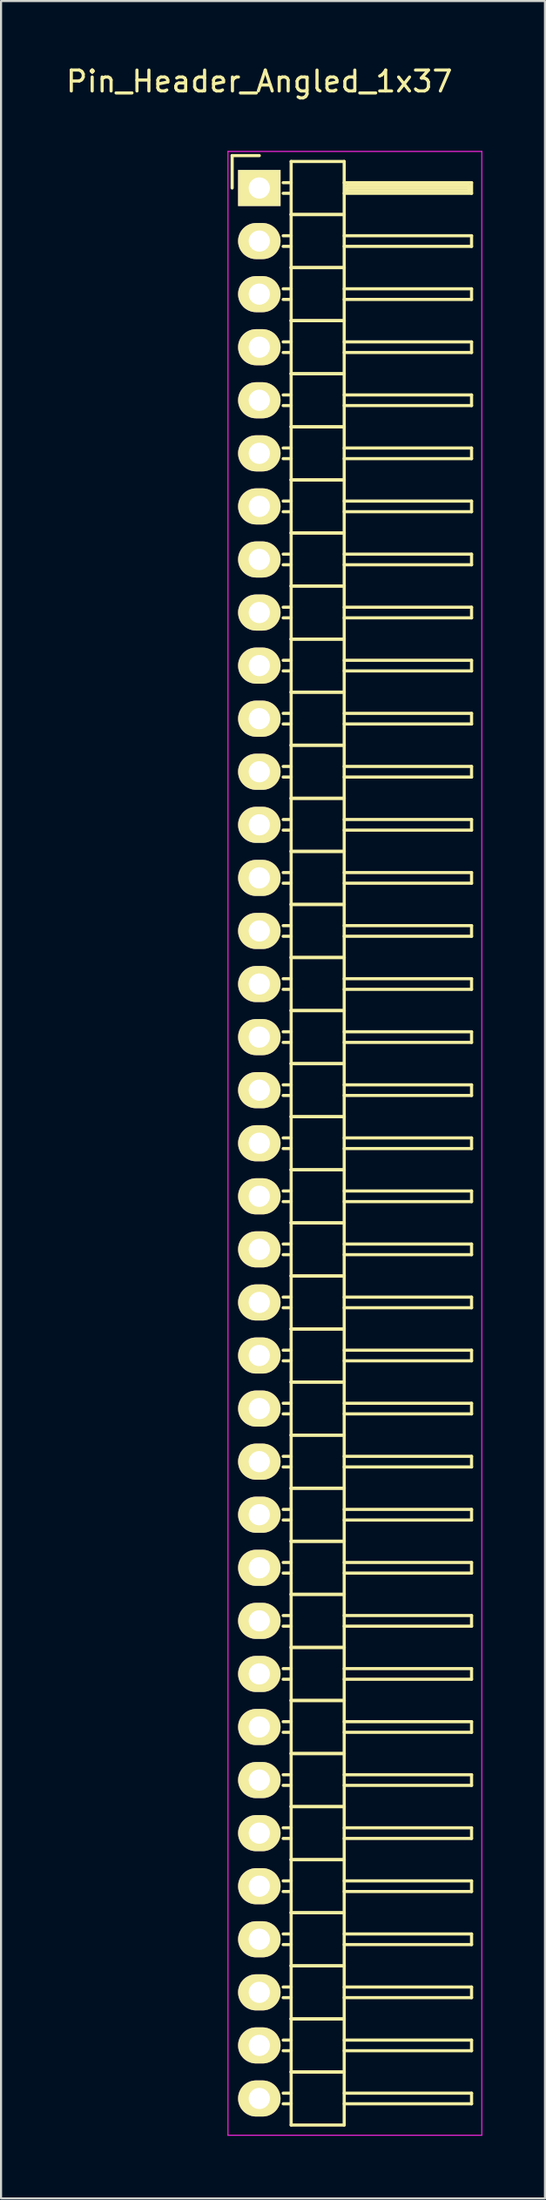
<source format=kicad_pcb>
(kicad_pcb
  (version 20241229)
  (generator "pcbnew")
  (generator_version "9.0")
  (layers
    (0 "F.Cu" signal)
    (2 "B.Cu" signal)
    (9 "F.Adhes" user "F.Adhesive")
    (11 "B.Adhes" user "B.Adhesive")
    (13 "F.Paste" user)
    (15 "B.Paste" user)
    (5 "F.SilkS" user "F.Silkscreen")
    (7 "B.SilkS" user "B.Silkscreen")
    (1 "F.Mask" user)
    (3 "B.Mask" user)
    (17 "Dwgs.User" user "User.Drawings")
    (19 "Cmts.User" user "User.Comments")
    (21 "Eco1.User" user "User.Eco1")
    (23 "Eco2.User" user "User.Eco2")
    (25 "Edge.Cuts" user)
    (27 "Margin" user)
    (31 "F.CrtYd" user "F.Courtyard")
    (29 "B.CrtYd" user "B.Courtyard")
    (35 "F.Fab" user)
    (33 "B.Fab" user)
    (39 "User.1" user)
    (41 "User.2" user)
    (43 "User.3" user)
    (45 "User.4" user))
  (footprint "Pin_Header_Angled_1x37"
    (layer "F.Cu")
    (at 9.363 5.948)
    (property "Reference" "Pin_Header_Angled_1x37" (at 0 -5.1 0) (layer "F.SilkS") (effects (font (size 1 1) (thickness 0.15))))
    (attr through_hole)
    (fp_line (start -1.3 -1.55) (end -1.3 0) (stroke (width 0.15) (type solid)) (layer "F.SilkS"))
    (fp_line (start 0 -1.55) (end -1.3 -1.55) (stroke (width 0.15) (type solid)) (layer "F.SilkS"))
    (fp_line (start 1.524 -1.27) (end 1.524 1.27) (stroke (width 0.15) (type solid)) (layer "F.SilkS"))
    (fp_line (start 1.524 -1.27) (end 4.064 -1.27) (stroke (width 0.15) (type solid)) (layer "F.SilkS"))
    (fp_line (start 1.524 -0.254) (end 1.143 -0.254) (stroke (width 0.15) (type solid)) (layer "F.SilkS"))
    (fp_line (start 1.524 0.254) (end 1.143 0.254) (stroke (width 0.15) (type solid)) (layer "F.SilkS"))
    (fp_line (start 1.524 1.27) (end 1.524 3.81) (stroke (width 0.15) (type solid)) (layer "F.SilkS"))
    (fp_line (start 1.524 1.27) (end 4.064 1.27) (stroke (width 0.15) (type solid)) (layer "F.SilkS"))
    (fp_line (start 1.524 1.27) (end 4.064 1.27) (stroke (width 0.15) (type solid)) (layer "F.SilkS"))
    (fp_line (start 1.524 2.286) (end 1.143 2.286) (stroke (width 0.15) (type solid)) (layer "F.SilkS"))
    (fp_line (start 1.524 2.794) (end 1.143 2.794) (stroke (width 0.15) (type solid)) (layer "F.SilkS"))
    (fp_line (start 1.524 3.81) (end 1.524 6.35) (stroke (width 0.15) (type solid)) (layer "F.SilkS"))
    (fp_line (start 1.524 3.81) (end 4.064 3.81) (stroke (width 0.15) (type solid)) (layer "F.SilkS"))
    (fp_line (start 1.524 3.81) (end 4.064 3.81) (stroke (width 0.15) (type solid)) (layer "F.SilkS"))
    (fp_line (start 1.524 4.826) (end 1.143 4.826) (stroke (width 0.15) (type solid)) (layer "F.SilkS"))
    (fp_line (start 1.524 5.334) (end 1.143 5.334) (stroke (width 0.15) (type solid)) (layer "F.SilkS"))
    (fp_line (start 1.524 6.35) (end 1.524 8.89) (stroke (width 0.15) (type solid)) (layer "F.SilkS"))
    (fp_line (start 1.524 6.35) (end 4.064 6.35) (stroke (width 0.15) (type solid)) (layer "F.SilkS"))
    (fp_line (start 1.524 6.35) (end 4.064 6.35) (stroke (width 0.15) (type solid)) (layer "F.SilkS"))
    (fp_line (start 1.524 7.366) (end 1.143 7.366) (stroke (width 0.15) (type solid)) (layer "F.SilkS"))
    (fp_line (start 1.524 7.874) (end 1.143 7.874) (stroke (width 0.15) (type solid)) (layer "F.SilkS"))
    (fp_line (start 1.524 8.89) (end 1.524 11.43) (stroke (width 0.15) (type solid)) (layer "F.SilkS"))
    (fp_line (start 1.524 8.89) (end 4.064 8.89) (stroke (width 0.15) (type solid)) (layer "F.SilkS"))
    (fp_line (start 1.524 8.89) (end 4.064 8.89) (stroke (width 0.15) (type solid)) (layer "F.SilkS"))
    (fp_line (start 1.524 9.906) (end 1.143 9.906) (stroke (width 0.15) (type solid)) (layer "F.SilkS"))
    (fp_line (start 1.524 10.414) (end 1.143 10.414) (stroke (width 0.15) (type solid)) (layer "F.SilkS"))
    (fp_line (start 1.524 11.43) (end 1.524 13.97) (stroke (width 0.15) (type solid)) (layer "F.SilkS"))
    (fp_line (start 1.524 11.43) (end 4.064 11.43) (stroke (width 0.15) (type solid)) (layer "F.SilkS"))
    (fp_line (start 1.524 11.43) (end 4.064 11.43) (stroke (width 0.15) (type solid)) (layer "F.SilkS"))
    (fp_line (start 1.524 12.446) (end 1.143 12.446) (stroke (width 0.15) (type solid)) (layer "F.SilkS"))
    (fp_line (start 1.524 12.954) (end 1.143 12.954) (stroke (width 0.15) (type solid)) (layer "F.SilkS"))
    (fp_line (start 1.524 13.97) (end 1.524 16.51) (stroke (width 0.15) (type solid)) (layer "F.SilkS"))
    (fp_line (start 1.524 13.97) (end 4.064 13.97) (stroke (width 0.15) (type solid)) (layer "F.SilkS"))
    (fp_line (start 1.524 13.97) (end 4.064 13.97) (stroke (width 0.15) (type solid)) (layer "F.SilkS"))
    (fp_line (start 1.524 14.986) (end 1.143 14.986) (stroke (width 0.15) (type solid)) (layer "F.SilkS"))
    (fp_line (start 1.524 15.494) (end 1.143 15.494) (stroke (width 0.15) (type solid)) (layer "F.SilkS"))
    (fp_line (start 1.524 16.51) (end 1.524 19.05) (stroke (width 0.15) (type solid)) (layer "F.SilkS"))
    (fp_line (start 1.524 16.51) (end 4.064 16.51) (stroke (width 0.15) (type solid)) (layer "F.SilkS"))
    (fp_line (start 1.524 16.51) (end 4.064 16.51) (stroke (width 0.15) (type solid)) (layer "F.SilkS"))
    (fp_line (start 1.524 17.526) (end 1.143 17.526) (stroke (width 0.15) (type solid)) (layer "F.SilkS"))
    (fp_line (start 1.524 18.034) (end 1.143 18.034) (stroke (width 0.15) (type solid)) (layer "F.SilkS"))
    (fp_line (start 1.524 19.05) (end 1.524 21.59) (stroke (width 0.15) (type solid)) (layer "F.SilkS"))
    (fp_line (start 1.524 19.05) (end 4.064 19.05) (stroke (width 0.15) (type solid)) (layer "F.SilkS"))
    (fp_line (start 1.524 19.05) (end 4.064 19.05) (stroke (width 0.15) (type solid)) (layer "F.SilkS"))
    (fp_line (start 1.524 20.066) (end 1.143 20.066) (stroke (width 0.15) (type solid)) (layer "F.SilkS"))
    (fp_line (start 1.524 20.574) (end 1.143 20.574) (stroke (width 0.15) (type solid)) (layer "F.SilkS"))
    (fp_line (start 1.524 21.59) (end 1.524 24.13) (stroke (width 0.15) (type solid)) (layer "F.SilkS"))
    (fp_line (start 1.524 21.59) (end 4.064 21.59) (stroke (width 0.15) (type solid)) (layer "F.SilkS"))
    (fp_line (start 1.524 21.59) (end 4.064 21.59) (stroke (width 0.15) (type solid)) (layer "F.SilkS"))
    (fp_line (start 1.524 22.606) (end 1.143 22.606) (stroke (width 0.15) (type solid)) (layer "F.SilkS"))
    (fp_line (start 1.524 23.114) (end 1.143 23.114) (stroke (width 0.15) (type solid)) (layer "F.SilkS"))
    (fp_line (start 1.524 24.13) (end 1.524 26.67) (stroke (width 0.15) (type solid)) (layer "F.SilkS"))
    (fp_line (start 1.524 24.13) (end 4.064 24.13) (stroke (width 0.15) (type solid)) (layer "F.SilkS"))
    (fp_line (start 1.524 24.13) (end 4.064 24.13) (stroke (width 0.15) (type solid)) (layer "F.SilkS"))
    (fp_line (start 1.524 25.146) (end 1.143 25.146) (stroke (width 0.15) (type solid)) (layer "F.SilkS"))
    (fp_line (start 1.524 25.654) (end 1.143 25.654) (stroke (width 0.15) (type solid)) (layer "F.SilkS"))
    (fp_line (start 1.524 26.67) (end 1.524 29.21) (stroke (width 0.15) (type solid)) (layer "F.SilkS"))
    (fp_line (start 1.524 26.67) (end 4.064 26.67) (stroke (width 0.15) (type solid)) (layer "F.SilkS"))
    (fp_line (start 1.524 26.67) (end 4.064 26.67) (stroke (width 0.15) (type solid)) (layer "F.SilkS"))
    (fp_line (start 1.524 27.686) (end 1.143 27.686) (stroke (width 0.15) (type solid)) (layer "F.SilkS"))
    (fp_line (start 1.524 28.194) (end 1.143 28.194) (stroke (width 0.15) (type solid)) (layer "F.SilkS"))
    (fp_line (start 1.524 29.21) (end 1.524 31.75) (stroke (width 0.15) (type solid)) (layer "F.SilkS"))
    (fp_line (start 1.524 29.21) (end 4.064 29.21) (stroke (width 0.15) (type solid)) (layer "F.SilkS"))
    (fp_line (start 1.524 29.21) (end 4.064 29.21) (stroke (width 0.15) (type solid)) (layer "F.SilkS"))
    (fp_line (start 1.524 30.226) (end 1.143 30.226) (stroke (width 0.15) (type solid)) (layer "F.SilkS"))
    (fp_line (start 1.524 30.734) (end 1.143 30.734) (stroke (width 0.15) (type solid)) (layer "F.SilkS"))
    (fp_line (start 1.524 31.75) (end 1.524 34.29) (stroke (width 0.15) (type solid)) (layer "F.SilkS"))
    (fp_line (start 1.524 31.75) (end 4.064 31.75) (stroke (width 0.15) (type solid)) (layer "F.SilkS"))
    (fp_line (start 1.524 31.75) (end 4.064 31.75) (stroke (width 0.15) (type solid)) (layer "F.SilkS"))
    (fp_line (start 1.524 32.766) (end 1.143 32.766) (stroke (width 0.15) (type solid)) (layer "F.SilkS"))
    (fp_line (start 1.524 33.274) (end 1.143 33.274) (stroke (width 0.15) (type solid)) (layer "F.SilkS"))
    (fp_line (start 1.524 34.29) (end 1.524 36.83) (stroke (width 0.15) (type solid)) (layer "F.SilkS"))
    (fp_line (start 1.524 34.29) (end 4.064 34.29) (stroke (width 0.15) (type solid)) (layer "F.SilkS"))
    (fp_line (start 1.524 34.29) (end 4.064 34.29) (stroke (width 0.15) (type solid)) (layer "F.SilkS"))
    (fp_line (start 1.524 35.306) (end 1.143 35.306) (stroke (width 0.15) (type solid)) (layer "F.SilkS"))
    (fp_line (start 1.524 35.814) (end 1.143 35.814) (stroke (width 0.15) (type solid)) (layer "F.SilkS"))
    (fp_line (start 1.524 36.83) (end 1.524 39.37) (stroke (width 0.15) (type solid)) (layer "F.SilkS"))
    (fp_line (start 1.524 36.83) (end 4.064 36.83) (stroke (width 0.15) (type solid)) (layer "F.SilkS"))
    (fp_line (start 1.524 36.83) (end 4.064 36.83) (stroke (width 0.15) (type solid)) (layer "F.SilkS"))
    (fp_line (start 1.524 37.846) (end 1.143 37.846) (stroke (width 0.15) (type solid)) (layer "F.SilkS"))
    (fp_line (start 1.524 38.354) (end 1.143 38.354) (stroke (width 0.15) (type solid)) (layer "F.SilkS"))
    (fp_line (start 1.524 39.37) (end 1.524 41.91) (stroke (width 0.15) (type solid)) (layer "F.SilkS"))
    (fp_line (start 1.524 39.37) (end 4.064 39.37) (stroke (width 0.15) (type solid)) (layer "F.SilkS"))
    (fp_line (start 1.524 39.37) (end 4.064 39.37) (stroke (width 0.15) (type solid)) (layer "F.SilkS"))
    (fp_line (start 1.524 40.386) (end 1.143 40.386) (stroke (width 0.15) (type solid)) (layer "F.SilkS"))
    (fp_line (start 1.524 40.894) (end 1.143 40.894) (stroke (width 0.15) (type solid)) (layer "F.SilkS"))
    (fp_line (start 1.524 41.91) (end 1.524 44.45) (stroke (width 0.15) (type solid)) (layer "F.SilkS"))
    (fp_line (start 1.524 41.91) (end 4.064 41.91) (stroke (width 0.15) (type solid)) (layer "F.SilkS"))
    (fp_line (start 1.524 41.91) (end 4.064 41.91) (stroke (width 0.15) (type solid)) (layer "F.SilkS"))
    (fp_line (start 1.524 42.926) (end 1.143 42.926) (stroke (width 0.15) (type solid)) (layer "F.SilkS"))
    (fp_line (start 1.524 43.434) (end 1.143 43.434) (stroke (width 0.15) (type solid)) (layer "F.SilkS"))
    (fp_line (start 1.524 44.45) (end 1.524 46.99) (stroke (width 0.15) (type solid)) (layer "F.SilkS"))
    (fp_line (start 1.524 44.45) (end 4.064 44.45) (stroke (width 0.15) (type solid)) (layer "F.SilkS"))
    (fp_line (start 1.524 44.45) (end 4.064 44.45) (stroke (width 0.15) (type solid)) (layer "F.SilkS"))
    (fp_line (start 1.524 45.466) (end 1.143 45.466) (stroke (width 0.15) (type solid)) (layer "F.SilkS"))
    (fp_line (start 1.524 45.974) (end 1.143 45.974) (stroke (width 0.15) (type solid)) (layer "F.SilkS"))
    (fp_line (start 1.524 46.99) (end 1.524 49.53) (stroke (width 0.15) (type solid)) (layer "F.SilkS"))
    (fp_line (start 1.524 46.99) (end 4.064 46.99) (stroke (width 0.15) (type solid)) (layer "F.SilkS"))
    (fp_line (start 1.524 46.99) (end 4.064 46.99) (stroke (width 0.15) (type solid)) (layer "F.SilkS"))
    (fp_line (start 1.524 48.006) (end 1.143 48.006) (stroke (width 0.15) (type solid)) (layer "F.SilkS"))
    (fp_line (start 1.524 48.514) (end 1.143 48.514) (stroke (width 0.15) (type solid)) (layer "F.SilkS"))
    (fp_line (start 1.524 49.53) (end 1.524 52.07) (stroke (width 0.15) (type solid)) (layer "F.SilkS"))
    (fp_line (start 1.524 49.53) (end 4.064 49.53) (stroke (width 0.15) (type solid)) (layer "F.SilkS"))
    (fp_line (start 1.524 49.53) (end 4.064 49.53) (stroke (width 0.15) (type solid)) (layer "F.SilkS"))
    (fp_line (start 1.524 50.546) (end 1.143 50.546) (stroke (width 0.15) (type solid)) (layer "F.SilkS"))
    (fp_line (start 1.524 51.054) (end 1.143 51.054) (stroke (width 0.15) (type solid)) (layer "F.SilkS"))
    (fp_line (start 1.524 52.07) (end 1.524 54.61) (stroke (width 0.15) (type solid)) (layer "F.SilkS"))
    (fp_line (start 1.524 52.07) (end 4.064 52.07) (stroke (width 0.15) (type solid)) (layer "F.SilkS"))
    (fp_line (start 1.524 52.07) (end 4.064 52.07) (stroke (width 0.15) (type solid)) (layer "F.SilkS"))
    (fp_line (start 1.524 53.086) (end 1.143 53.086) (stroke (width 0.15) (type solid)) (layer "F.SilkS"))
    (fp_line (start 1.524 53.594) (end 1.143 53.594) (stroke (width 0.15) (type solid)) (layer "F.SilkS"))
    (fp_line (start 1.524 54.61) (end 1.524 57.15) (stroke (width 0.15) (type solid)) (layer "F.SilkS"))
    (fp_line (start 1.524 54.61) (end 4.064 54.61) (stroke (width 0.15) (type solid)) (layer "F.SilkS"))
    (fp_line (start 1.524 54.61) (end 4.064 54.61) (stroke (width 0.15) (type solid)) (layer "F.SilkS"))
    (fp_line (start 1.524 55.626) (end 1.143 55.626) (stroke (width 0.15) (type solid)) (layer "F.SilkS"))
    (fp_line (start 1.524 56.134) (end 1.143 56.134) (stroke (width 0.15) (type solid)) (layer "F.SilkS"))
    (fp_line (start 1.524 57.15) (end 1.524 59.69) (stroke (width 0.15) (type solid)) (layer "F.SilkS"))
    (fp_line (start 1.524 57.15) (end 4.064 57.15) (stroke (width 0.15) (type solid)) (layer "F.SilkS"))
    (fp_line (start 1.524 57.15) (end 4.064 57.15) (stroke (width 0.15) (type solid)) (layer "F.SilkS"))
    (fp_line (start 1.524 58.166) (end 1.143 58.166) (stroke (width 0.15) (type solid)) (layer "F.SilkS"))
    (fp_line (start 1.524 58.674) (end 1.143 58.674) (stroke (width 0.15) (type solid)) (layer "F.SilkS"))
    (fp_line (start 1.524 59.69) (end 1.524 62.23) (stroke (width 0.15) (type solid)) (layer "F.SilkS"))
    (fp_line (start 1.524 59.69) (end 4.064 59.69) (stroke (width 0.15) (type solid)) (layer "F.SilkS"))
    (fp_line (start 1.524 59.69) (end 4.064 59.69) (stroke (width 0.15) (type solid)) (layer "F.SilkS"))
    (fp_line (start 1.524 60.706) (end 1.143 60.706) (stroke (width 0.15) (type solid)) (layer "F.SilkS"))
    (fp_line (start 1.524 61.214) (end 1.143 61.214) (stroke (width 0.15) (type solid)) (layer "F.SilkS"))
    (fp_line (start 1.524 62.23) (end 1.524 64.77) (stroke (width 0.15) (type solid)) (layer "F.SilkS"))
    (fp_line (start 1.524 62.23) (end 4.064 62.23) (stroke (width 0.15) (type solid)) (layer "F.SilkS"))
    (fp_line (start 1.524 62.23) (end 4.064 62.23) (stroke (width 0.15) (type solid)) (layer "F.SilkS"))
    (fp_line (start 1.524 63.246) (end 1.143 63.246) (stroke (width 0.15) (type solid)) (layer "F.SilkS"))
    (fp_line (start 1.524 63.754) (end 1.143 63.754) (stroke (width 0.15) (type solid)) (layer "F.SilkS"))
    (fp_line (start 1.524 64.77) (end 1.524 67.31) (stroke (width 0.15) (type solid)) (layer "F.SilkS"))
    (fp_line (start 1.524 64.77) (end 4.064 64.77) (stroke (width 0.15) (type solid)) (layer "F.SilkS"))
    (fp_line (start 1.524 64.77) (end 4.064 64.77) (stroke (width 0.15) (type solid)) (layer "F.SilkS"))
    (fp_line (start 1.524 65.786) (end 1.143 65.786) (stroke (width 0.15) (type solid)) (layer "F.SilkS"))
    (fp_line (start 1.524 66.294) (end 1.143 66.294) (stroke (width 0.15) (type solid)) (layer "F.SilkS"))
    (fp_line (start 1.524 67.31) (end 1.524 69.85) (stroke (width 0.15) (type solid)) (layer "F.SilkS"))
    (fp_line (start 1.524 67.31) (end 4.064 67.31) (stroke (width 0.15) (type solid)) (layer "F.SilkS"))
    (fp_line (start 1.524 67.31) (end 4.064 67.31) (stroke (width 0.15) (type solid)) (layer "F.SilkS"))
    (fp_line (start 1.524 68.326) (end 1.143 68.326) (stroke (width 0.15) (type solid)) (layer "F.SilkS"))
    (fp_line (start 1.524 68.834) (end 1.143 68.834) (stroke (width 0.15) (type solid)) (layer "F.SilkS"))
    (fp_line (start 1.524 69.85) (end 1.524 72.39) (stroke (width 0.15) (type solid)) (layer "F.SilkS"))
    (fp_line (start 1.524 69.85) (end 4.064 69.85) (stroke (width 0.15) (type solid)) (layer "F.SilkS"))
    (fp_line (start 1.524 69.85) (end 4.064 69.85) (stroke (width 0.15) (type solid)) (layer "F.SilkS"))
    (fp_line (start 1.524 70.866) (end 1.143 70.866) (stroke (width 0.15) (type solid)) (layer "F.SilkS"))
    (fp_line (start 1.524 71.374) (end 1.143 71.374) (stroke (width 0.15) (type solid)) (layer "F.SilkS"))
    (fp_line (start 1.524 72.39) (end 1.524 74.93) (stroke (width 0.15) (type solid)) (layer "F.SilkS"))
    (fp_line (start 1.524 72.39) (end 4.064 72.39) (stroke (width 0.15) (type solid)) (layer "F.SilkS"))
    (fp_line (start 1.524 72.39) (end 4.064 72.39) (stroke (width 0.15) (type solid)) (layer "F.SilkS"))
    (fp_line (start 1.524 73.406) (end 1.143 73.406) (stroke (width 0.15) (type solid)) (layer "F.SilkS"))
    (fp_line (start 1.524 73.914) (end 1.143 73.914) (stroke (width 0.15) (type solid)) (layer "F.SilkS"))
    (fp_line (start 1.524 74.93) (end 1.524 77.47) (stroke (width 0.15) (type solid)) (layer "F.SilkS"))
    (fp_line (start 1.524 74.93) (end 4.064 74.93) (stroke (width 0.15) (type solid)) (layer "F.SilkS"))
    (fp_line (start 1.524 74.93) (end 4.064 74.93) (stroke (width 0.15) (type solid)) (layer "F.SilkS"))
    (fp_line (start 1.524 75.946) (end 1.143 75.946) (stroke (width 0.15) (type solid)) (layer "F.SilkS"))
    (fp_line (start 1.524 76.454) (end 1.143 76.454) (stroke (width 0.15) (type solid)) (layer "F.SilkS"))
    (fp_line (start 1.524 77.47) (end 1.524 80.01) (stroke (width 0.15) (type solid)) (layer "F.SilkS"))
    (fp_line (start 1.524 77.47) (end 4.064 77.47) (stroke (width 0.15) (type solid)) (layer "F.SilkS"))
    (fp_line (start 1.524 77.47) (end 4.064 77.47) (stroke (width 0.15) (type solid)) (layer "F.SilkS"))
    (fp_line (start 1.524 78.486) (end 1.143 78.486) (stroke (width 0.15) (type solid)) (layer "F.SilkS"))
    (fp_line (start 1.524 78.994) (end 1.143 78.994) (stroke (width 0.15) (type solid)) (layer "F.SilkS"))
    (fp_line (start 1.524 80.01) (end 1.524 82.55) (stroke (width 0.15) (type solid)) (layer "F.SilkS"))
    (fp_line (start 1.524 80.01) (end 4.064 80.01) (stroke (width 0.15) (type solid)) (layer "F.SilkS"))
    (fp_line (start 1.524 80.01) (end 4.064 80.01) (stroke (width 0.15) (type solid)) (layer "F.SilkS"))
    (fp_line (start 1.524 81.026) (end 1.143 81.026) (stroke (width 0.15) (type solid)) (layer "F.SilkS"))
    (fp_line (start 1.524 81.534) (end 1.143 81.534) (stroke (width 0.15) (type solid)) (layer "F.SilkS"))
    (fp_line (start 1.524 82.55) (end 1.524 85.09) (stroke (width 0.15) (type solid)) (layer "F.SilkS"))
    (fp_line (start 1.524 82.55) (end 4.064 82.55) (stroke (width 0.15) (type solid)) (layer "F.SilkS"))
    (fp_line (start 1.524 82.55) (end 4.064 82.55) (stroke (width 0.15) (type solid)) (layer "F.SilkS"))
    (fp_line (start 1.524 83.566) (end 1.143 83.566) (stroke (width 0.15) (type solid)) (layer "F.SilkS"))
    (fp_line (start 1.524 84.074) (end 1.143 84.074) (stroke (width 0.15) (type solid)) (layer "F.SilkS"))
    (fp_line (start 1.524 85.09) (end 1.524 87.63) (stroke (width 0.15) (type solid)) (layer "F.SilkS"))
    (fp_line (start 1.524 85.09) (end 4.064 85.09) (stroke (width 0.15) (type solid)) (layer "F.SilkS"))
    (fp_line (start 1.524 85.09) (end 4.064 85.09) (stroke (width 0.15) (type solid)) (layer "F.SilkS"))
    (fp_line (start 1.524 86.106) (end 1.143 86.106) (stroke (width 0.15) (type solid)) (layer "F.SilkS"))
    (fp_line (start 1.524 86.614) (end 1.143 86.614) (stroke (width 0.15) (type solid)) (layer "F.SilkS"))
    (fp_line (start 1.524 87.63) (end 1.524 90.17) (stroke (width 0.15) (type solid)) (layer "F.SilkS"))
    (fp_line (start 1.524 87.63) (end 4.064 87.63) (stroke (width 0.15) (type solid)) (layer "F.SilkS"))
    (fp_line (start 1.524 87.63) (end 4.064 87.63) (stroke (width 0.15) (type solid)) (layer "F.SilkS"))
    (fp_line (start 1.524 88.646) (end 1.143 88.646) (stroke (width 0.15) (type solid)) (layer "F.SilkS"))
    (fp_line (start 1.524 89.154) (end 1.143 89.154) (stroke (width 0.15) (type solid)) (layer "F.SilkS"))
    (fp_line (start 1.524 90.17) (end 1.524 92.71) (stroke (width 0.15) (type solid)) (layer "F.SilkS"))
    (fp_line (start 1.524 90.17) (end 4.064 90.17) (stroke (width 0.15) (type solid)) (layer "F.SilkS"))
    (fp_line (start 1.524 90.17) (end 4.064 90.17) (stroke (width 0.15) (type solid)) (layer "F.SilkS"))
    (fp_line (start 1.524 91.186) (end 1.143 91.186) (stroke (width 0.15) (type solid)) (layer "F.SilkS"))
    (fp_line (start 1.524 91.694) (end 1.143 91.694) (stroke (width 0.15) (type solid)) (layer "F.SilkS"))
    (fp_line (start 1.524 92.71) (end 4.064 92.71) (stroke (width 0.15) (type solid)) (layer "F.SilkS"))
    (fp_line (start 4.064 -0.254) (end 10.16 -0.254) (stroke (width 0.15) (type solid)) (layer "F.SilkS"))
    (fp_line (start 4.064 1.27) (end 4.064 -1.27) (stroke (width 0.15) (type solid)) (layer "F.SilkS"))
    (fp_line (start 4.064 2.286) (end 10.16 2.286) (stroke (width 0.15) (type solid)) (layer "F.SilkS"))
    (fp_line (start 4.064 3.81) (end 4.064 1.27) (stroke (width 0.15) (type solid)) (layer "F.SilkS"))
    (fp_line (start 4.064 4.826) (end 10.16 4.826) (stroke (width 0.15) (type solid)) (layer "F.SilkS"))
    (fp_line (start 4.064 6.35) (end 4.064 3.81) (stroke (width 0.15) (type solid)) (layer "F.SilkS"))
    (fp_line (start 4.064 7.366) (end 10.16 7.366) (stroke (width 0.15) (type solid)) (layer "F.SilkS"))
    (fp_line (start 4.064 8.89) (end 4.064 6.35) (stroke (width 0.15) (type solid)) (layer "F.SilkS"))
    (fp_line (start 4.064 9.906) (end 10.16 9.906) (stroke (width 0.15) (type solid)) (layer "F.SilkS"))
    (fp_line (start 4.064 11.43) (end 4.064 8.89) (stroke (width 0.15) (type solid)) (layer "F.SilkS"))
    (fp_line (start 4.064 12.446) (end 10.16 12.446) (stroke (width 0.15) (type solid)) (layer "F.SilkS"))
    (fp_line (start 4.064 13.97) (end 4.064 11.43) (stroke (width 0.15) (type solid)) (layer "F.SilkS"))
    (fp_line (start 4.064 14.986) (end 10.16 14.986) (stroke (width 0.15) (type solid)) (layer "F.SilkS"))
    (fp_line (start 4.064 16.51) (end 4.064 13.97) (stroke (width 0.15) (type solid)) (layer "F.SilkS"))
    (fp_line (start 4.064 17.526) (end 10.16 17.526) (stroke (width 0.15) (type solid)) (layer "F.SilkS"))
    (fp_line (start 4.064 19.05) (end 4.064 16.51) (stroke (width 0.15) (type solid)) (layer "F.SilkS"))
    (fp_line (start 4.064 20.066) (end 10.16 20.066) (stroke (width 0.15) (type solid)) (layer "F.SilkS"))
    (fp_line (start 4.064 21.59) (end 4.064 19.05) (stroke (width 0.15) (type solid)) (layer "F.SilkS"))
    (fp_line (start 4.064 22.606) (end 10.16 22.606) (stroke (width 0.15) (type solid)) (layer "F.SilkS"))
    (fp_line (start 4.064 24.13) (end 4.064 21.59) (stroke (width 0.15) (type solid)) (layer "F.SilkS"))
    (fp_line (start 4.064 25.146) (end 10.16 25.146) (stroke (width 0.15) (type solid)) (layer "F.SilkS"))
    (fp_line (start 4.064 26.67) (end 4.064 24.13) (stroke (width 0.15) (type solid)) (layer "F.SilkS"))
    (fp_line (start 4.064 27.686) (end 10.16 27.686) (stroke (width 0.15) (type solid)) (layer "F.SilkS"))
    (fp_line (start 4.064 29.21) (end 4.064 26.67) (stroke (width 0.15) (type solid)) (layer "F.SilkS"))
    (fp_line (start 4.064 30.226) (end 10.16 30.226) (stroke (width 0.15) (type solid)) (layer "F.SilkS"))
    (fp_line (start 4.064 31.75) (end 4.064 29.21) (stroke (width 0.15) (type solid)) (layer "F.SilkS"))
    (fp_line (start 4.064 32.766) (end 10.16 32.766) (stroke (width 0.15) (type solid)) (layer "F.SilkS"))
    (fp_line (start 4.064 34.29) (end 4.064 31.75) (stroke (width 0.15) (type solid)) (layer "F.SilkS"))
    (fp_line (start 4.064 35.306) (end 10.16 35.306) (stroke (width 0.15) (type solid)) (layer "F.SilkS"))
    (fp_line (start 4.064 36.83) (end 4.064 34.29) (stroke (width 0.15) (type solid)) (layer "F.SilkS"))
    (fp_line (start 4.064 37.846) (end 10.16 37.846) (stroke (width 0.15) (type solid)) (layer "F.SilkS"))
    (fp_line (start 4.064 39.37) (end 4.064 36.83) (stroke (width 0.15) (type solid)) (layer "F.SilkS"))
    (fp_line (start 4.064 40.386) (end 10.16 40.386) (stroke (width 0.15) (type solid)) (layer "F.SilkS"))
    (fp_line (start 4.064 41.91) (end 4.064 39.37) (stroke (width 0.15) (type solid)) (layer "F.SilkS"))
    (fp_line (start 4.064 42.926) (end 10.16 42.926) (stroke (width 0.15) (type solid)) (layer "F.SilkS"))
    (fp_line (start 4.064 44.45) (end 4.064 41.91) (stroke (width 0.15) (type solid)) (layer "F.SilkS"))
    (fp_line (start 4.064 45.466) (end 10.16 45.466) (stroke (width 0.15) (type solid)) (layer "F.SilkS"))
    (fp_line (start 4.064 46.99) (end 4.064 44.45) (stroke (width 0.15) (type solid)) (layer "F.SilkS"))
    (fp_line (start 4.064 48.006) (end 10.16 48.006) (stroke (width 0.15) (type solid)) (layer "F.SilkS"))
    (fp_line (start 4.064 49.53) (end 4.064 46.99) (stroke (width 0.15) (type solid)) (layer "F.SilkS"))
    (fp_line (start 4.064 50.546) (end 10.16 50.546) (stroke (width 0.15) (type solid)) (layer "F.SilkS"))
    (fp_line (start 4.064 52.07) (end 4.064 49.53) (stroke (width 0.15) (type solid)) (layer "F.SilkS"))
    (fp_line (start 4.064 53.086) (end 10.16 53.086) (stroke (width 0.15) (type solid)) (layer "F.SilkS"))
    (fp_line (start 4.064 54.61) (end 4.064 52.07) (stroke (width 0.15) (type solid)) (layer "F.SilkS"))
    (fp_line (start 4.064 55.626) (end 10.16 55.626) (stroke (width 0.15) (type solid)) (layer "F.SilkS"))
    (fp_line (start 4.064 57.15) (end 4.064 54.61) (stroke (width 0.15) (type solid)) (layer "F.SilkS"))
    (fp_line (start 4.064 58.166) (end 10.16 58.166) (stroke (width 0.15) (type solid)) (layer "F.SilkS"))
    (fp_line (start 4.064 59.69) (end 4.064 57.15) (stroke (width 0.15) (type solid)) (layer "F.SilkS"))
    (fp_line (start 4.064 60.706) (end 10.16 60.706) (stroke (width 0.15) (type solid)) (layer "F.SilkS"))
    (fp_line (start 4.064 62.23) (end 4.064 59.69) (stroke (width 0.15) (type solid)) (layer "F.SilkS"))
    (fp_line (start 4.064 63.246) (end 10.16 63.246) (stroke (width 0.15) (type solid)) (layer "F.SilkS"))
    (fp_line (start 4.064 64.77) (end 4.064 62.23) (stroke (width 0.15) (type solid)) (layer "F.SilkS"))
    (fp_line (start 4.064 65.786) (end 10.16 65.786) (stroke (width 0.15) (type solid)) (layer "F.SilkS"))
    (fp_line (start 4.064 67.31) (end 4.064 64.77) (stroke (width 0.15) (type solid)) (layer "F.SilkS"))
    (fp_line (start 4.064 68.326) (end 10.16 68.326) (stroke (width 0.15) (type solid)) (layer "F.SilkS"))
    (fp_line (start 4.064 69.85) (end 4.064 67.31) (stroke (width 0.15) (type solid)) (layer "F.SilkS"))
    (fp_line (start 4.064 70.866) (end 10.16 70.866) (stroke (width 0.15) (type solid)) (layer "F.SilkS"))
    (fp_line (start 4.064 72.39) (end 4.064 69.85) (stroke (width 0.15) (type solid)) (layer "F.SilkS"))
    (fp_line (start 4.064 73.406) (end 10.16 73.406) (stroke (width 0.15) (type solid)) (layer "F.SilkS"))
    (fp_line (start 4.064 74.93) (end 4.064 72.39) (stroke (width 0.15) (type solid)) (layer "F.SilkS"))
    (fp_line (start 4.064 75.946) (end 10.16 75.946) (stroke (width 0.15) (type solid)) (layer "F.SilkS"))
    (fp_line (start 4.064 77.47) (end 4.064 74.93) (stroke (width 0.15) (type solid)) (layer "F.SilkS"))
    (fp_line (start 4.064 78.486) (end 10.16 78.486) (stroke (width 0.15) (type solid)) (layer "F.SilkS"))
    (fp_line (start 4.064 80.01) (end 4.064 77.47) (stroke (width 0.15) (type solid)) (layer "F.SilkS"))
    (fp_line (start 4.064 81.026) (end 10.16 81.026) (stroke (width 0.15) (type solid)) (layer "F.SilkS"))
    (fp_line (start 4.064 82.55) (end 4.064 80.01) (stroke (width 0.15) (type solid)) (layer "F.SilkS"))
    (fp_line (start 4.064 83.566) (end 10.16 83.566) (stroke (width 0.15) (type solid)) (layer "F.SilkS"))
    (fp_line (start 4.064 85.09) (end 4.064 82.55) (stroke (width 0.15) (type solid)) (layer "F.SilkS"))
    (fp_line (start 4.064 86.106) (end 10.16 86.106) (stroke (width 0.15) (type solid)) (layer "F.SilkS"))
    (fp_line (start 4.064 87.63) (end 4.064 85.09) (stroke (width 0.15) (type solid)) (layer "F.SilkS"))
    (fp_line (start 4.064 88.646) (end 10.16 88.646) (stroke (width 0.15) (type solid)) (layer "F.SilkS"))
    (fp_line (start 4.064 90.17) (end 4.064 87.63) (stroke (width 0.15) (type solid)) (layer "F.SilkS"))
    (fp_line (start 4.064 91.186) (end 10.16 91.186) (stroke (width 0.15) (type solid)) (layer "F.SilkS"))
    (fp_line (start 4.064 92.71) (end 4.064 90.17) (stroke (width 0.15) (type solid)) (layer "F.SilkS"))
    (fp_line (start 4.191 -0.127) (end 10.033 -0.127) (stroke (width 0.15) (type solid)) (layer "F.SilkS"))
    (fp_line (start 4.191 0) (end 10.033 0) (stroke (width 0.15) (type solid)) (layer "F.SilkS"))
    (fp_line (start 4.191 0.127) (end 4.191 0) (stroke (width 0.15) (type solid)) (layer "F.SilkS"))
    (fp_line (start 10.033 -0.127) (end 10.033 0.127) (stroke (width 0.15) (type solid)) (layer "F.SilkS"))
    (fp_line (start 10.033 0.127) (end 4.191 0.127) (stroke (width 0.15) (type solid)) (layer "F.SilkS"))
    (fp_line (start 10.16 -0.254) (end 10.16 0.254) (stroke (width 0.15) (type solid)) (layer "F.SilkS"))
    (fp_line (start 10.16 0.254) (end 4.064 0.254) (stroke (width 0.15) (type solid)) (layer "F.SilkS"))
    (fp_line (start 10.16 2.286) (end 10.16 2.794) (stroke (width 0.15) (type solid)) (layer "F.SilkS"))
    (fp_line (start 10.16 2.794) (end 4.064 2.794) (stroke (width 0.15) (type solid)) (layer "F.SilkS"))
    (fp_line (start 10.16 4.826) (end 10.16 5.334) (stroke (width 0.15) (type solid)) (layer "F.SilkS"))
    (fp_line (start 10.16 5.334) (end 4.064 5.334) (stroke (width 0.15) (type solid)) (layer "F.SilkS"))
    (fp_line (start 10.16 7.366) (end 10.16 7.874) (stroke (width 0.15) (type solid)) (layer "F.SilkS"))
    (fp_line (start 10.16 7.874) (end 4.064 7.874) (stroke (width 0.15) (type solid)) (layer "F.SilkS"))
    (fp_line (start 10.16 9.906) (end 10.16 10.414) (stroke (width 0.15) (type solid)) (layer "F.SilkS"))
    (fp_line (start 10.16 10.414) (end 4.064 10.414) (stroke (width 0.15) (type solid)) (layer "F.SilkS"))
    (fp_line (start 10.16 12.446) (end 10.16 12.954) (stroke (width 0.15) (type solid)) (layer "F.SilkS"))
    (fp_line (start 10.16 12.954) (end 4.064 12.954) (stroke (width 0.15) (type solid)) (layer "F.SilkS"))
    (fp_line (start 10.16 14.986) (end 10.16 15.494) (stroke (width 0.15) (type solid)) (layer "F.SilkS"))
    (fp_line (start 10.16 15.494) (end 4.064 15.494) (stroke (width 0.15) (type solid)) (layer "F.SilkS"))
    (fp_line (start 10.16 17.526) (end 10.16 18.034) (stroke (width 0.15) (type solid)) (layer "F.SilkS"))
    (fp_line (start 10.16 18.034) (end 4.064 18.034) (stroke (width 0.15) (type solid)) (layer "F.SilkS"))
    (fp_line (start 10.16 20.066) (end 10.16 20.574) (stroke (width 0.15) (type solid)) (layer "F.SilkS"))
    (fp_line (start 10.16 20.574) (end 4.064 20.574) (stroke (width 0.15) (type solid)) (layer "F.SilkS"))
    (fp_line (start 10.16 22.606) (end 10.16 23.114) (stroke (width 0.15) (type solid)) (layer "F.SilkS"))
    (fp_line (start 10.16 23.114) (end 4.064 23.114) (stroke (width 0.15) (type solid)) (layer "F.SilkS"))
    (fp_line (start 10.16 25.146) (end 10.16 25.654) (stroke (width 0.15) (type solid)) (layer "F.SilkS"))
    (fp_line (start 10.16 25.654) (end 4.064 25.654) (stroke (width 0.15) (type solid)) (layer "F.SilkS"))
    (fp_line (start 10.16 27.686) (end 10.16 28.194) (stroke (width 0.15) (type solid)) (layer "F.SilkS"))
    (fp_line (start 10.16 28.194) (end 4.064 28.194) (stroke (width 0.15) (type solid)) (layer "F.SilkS"))
    (fp_line (start 10.16 30.226) (end 10.16 30.734) (stroke (width 0.15) (type solid)) (layer "F.SilkS"))
    (fp_line (start 10.16 30.734) (end 4.064 30.734) (stroke (width 0.15) (type solid)) (layer "F.SilkS"))
    (fp_line (start 10.16 32.766) (end 10.16 33.274) (stroke (width 0.15) (type solid)) (layer "F.SilkS"))
    (fp_line (start 10.16 33.274) (end 4.064 33.274) (stroke (width 0.15) (type solid)) (layer "F.SilkS"))
    (fp_line (start 10.16 35.306) (end 10.16 35.814) (stroke (width 0.15) (type solid)) (layer "F.SilkS"))
    (fp_line (start 10.16 35.814) (end 4.064 35.814) (stroke (width 0.15) (type solid)) (layer "F.SilkS"))
    (fp_line (start 10.16 37.846) (end 10.16 38.354) (stroke (width 0.15) (type solid)) (layer "F.SilkS"))
    (fp_line (start 10.16 38.354) (end 4.064 38.354) (stroke (width 0.15) (type solid)) (layer "F.SilkS"))
    (fp_line (start 10.16 40.386) (end 10.16 40.894) (stroke (width 0.15) (type solid)) (layer "F.SilkS"))
    (fp_line (start 10.16 40.894) (end 4.064 40.894) (stroke (width 0.15) (type solid)) (layer "F.SilkS"))
    (fp_line (start 10.16 42.926) (end 10.16 43.434) (stroke (width 0.15) (type solid)) (layer "F.SilkS"))
    (fp_line (start 10.16 43.434) (end 4.064 43.434) (stroke (width 0.15) (type solid)) (layer "F.SilkS"))
    (fp_line (start 10.16 45.466) (end 10.16 45.974) (stroke (width 0.15) (type solid)) (layer "F.SilkS"))
    (fp_line (start 10.16 45.974) (end 4.064 45.974) (stroke (width 0.15) (type solid)) (layer "F.SilkS"))
    (fp_line (start 10.16 48.006) (end 10.16 48.514) (stroke (width 0.15) (type solid)) (layer "F.SilkS"))
    (fp_line (start 10.16 48.514) (end 4.064 48.514) (stroke (width 0.15) (type solid)) (layer "F.SilkS"))
    (fp_line (start 10.16 50.546) (end 10.16 51.054) (stroke (width 0.15) (type solid)) (layer "F.SilkS"))
    (fp_line (start 10.16 51.054) (end 4.064 51.054) (stroke (width 0.15) (type solid)) (layer "F.SilkS"))
    (fp_line (start 10.16 53.086) (end 10.16 53.594) (stroke (width 0.15) (type solid)) (layer "F.SilkS"))
    (fp_line (start 10.16 53.594) (end 4.064 53.594) (stroke (width 0.15) (type solid)) (layer "F.SilkS"))
    (fp_line (start 10.16 55.626) (end 10.16 56.134) (stroke (width 0.15) (type solid)) (layer "F.SilkS"))
    (fp_line (start 10.16 56.134) (end 4.064 56.134) (stroke (width 0.15) (type solid)) (layer "F.SilkS"))
    (fp_line (start 10.16 58.166) (end 10.16 58.674) (stroke (width 0.15) (type solid)) (layer "F.SilkS"))
    (fp_line (start 10.16 58.674) (end 4.064 58.674) (stroke (width 0.15) (type solid)) (layer "F.SilkS"))
    (fp_line (start 10.16 60.706) (end 10.16 61.214) (stroke (width 0.15) (type solid)) (layer "F.SilkS"))
    (fp_line (start 10.16 61.214) (end 4.064 61.214) (stroke (width 0.15) (type solid)) (layer "F.SilkS"))
    (fp_line (start 10.16 63.246) (end 10.16 63.754) (stroke (width 0.15) (type solid)) (layer "F.SilkS"))
    (fp_line (start 10.16 63.754) (end 4.064 63.754) (stroke (width 0.15) (type solid)) (layer "F.SilkS"))
    (fp_line (start 10.16 65.786) (end 10.16 66.294) (stroke (width 0.15) (type solid)) (layer "F.SilkS"))
    (fp_line (start 10.16 66.294) (end 4.064 66.294) (stroke (width 0.15) (type solid)) (layer "F.SilkS"))
    (fp_line (start 10.16 68.326) (end 10.16 68.834) (stroke (width 0.15) (type solid)) (layer "F.SilkS"))
    (fp_line (start 10.16 68.834) (end 4.064 68.834) (stroke (width 0.15) (type solid)) (layer "F.SilkS"))
    (fp_line (start 10.16 70.866) (end 10.16 71.374) (stroke (width 0.15) (type solid)) (layer "F.SilkS"))
    (fp_line (start 10.16 71.374) (end 4.064 71.374) (stroke (width 0.15) (type solid)) (layer "F.SilkS"))
    (fp_line (start 10.16 73.406) (end 10.16 73.914) (stroke (width 0.15) (type solid)) (layer "F.SilkS"))
    (fp_line (start 10.16 73.914) (end 4.064 73.914) (stroke (width 0.15) (type solid)) (layer "F.SilkS"))
    (fp_line (start 10.16 75.946) (end 10.16 76.454) (stroke (width 0.15) (type solid)) (layer "F.SilkS"))
    (fp_line (start 10.16 76.454) (end 4.064 76.454) (stroke (width 0.15) (type solid)) (layer "F.SilkS"))
    (fp_line (start 10.16 78.486) (end 10.16 78.994) (stroke (width 0.15) (type solid)) (layer "F.SilkS"))
    (fp_line (start 10.16 78.994) (end 4.064 78.994) (stroke (width 0.15) (type solid)) (layer "F.SilkS"))
    (fp_line (start 10.16 81.026) (end 10.16 81.534) (stroke (width 0.15) (type solid)) (layer "F.SilkS"))
    (fp_line (start 10.16 81.534) (end 4.064 81.534) (stroke (width 0.15) (type solid)) (layer "F.SilkS"))
    (fp_line (start 10.16 83.566) (end 10.16 84.074) (stroke (width 0.15) (type solid)) (layer "F.SilkS"))
    (fp_line (start 10.16 84.074) (end 4.064 84.074) (stroke (width 0.15) (type solid)) (layer "F.SilkS"))
    (fp_line (start 10.16 86.106) (end 10.16 86.614) (stroke (width 0.15) (type solid)) (layer "F.SilkS"))
    (fp_line (start 10.16 86.614) (end 4.064 86.614) (stroke (width 0.15) (type solid)) (layer "F.SilkS"))
    (fp_line (start 10.16 88.646) (end 10.16 89.154) (stroke (width 0.15) (type solid)) (layer "F.SilkS"))
    (fp_line (start 10.16 89.154) (end 4.064 89.154) (stroke (width 0.15) (type solid)) (layer "F.SilkS"))
    (fp_line (start 10.16 91.186) (end 10.16 91.694) (stroke (width 0.15) (type solid)) (layer "F.SilkS"))
    (fp_line (start 10.16 91.694) (end 4.064 91.694) (stroke (width 0.15) (type solid)) (layer "F.SilkS"))
    (fp_line (start -1.5 -1.75) (end -1.5 93.2) (stroke (width 0.05) (type solid)) (layer "F.CrtYd"))
    (fp_line (start -1.5 -1.75) (end 10.65 -1.75) (stroke (width 0.05) (type solid)) (layer "F.CrtYd"))
    (fp_line (start -1.5 93.2) (end 10.65 93.2) (stroke (width 0.05) (type solid)) (layer "F.CrtYd"))
    (fp_line (start 10.65 -1.75) (end 10.65 93.2) (stroke (width 0.05) (type solid)) (layer "F.CrtYd"))
    (pad "1" thru_hole rect (at 0 0) (size 2.032 1.727) (drill 1.016) (layers "*.Cu" "*.Mask" "F.SilkS"))
    (pad "2" thru_hole oval (at 0 2.54) (size 2.032 1.727) (drill 1.016) (layers "*.Cu" "*.Mask" "F.SilkS"))
    (pad "3" thru_hole oval (at 0 5.08) (size 2.032 1.727) (drill 1.016) (layers "*.Cu" "*.Mask" "F.SilkS"))
    (pad "4" thru_hole oval (at 0 7.62) (size 2.032 1.727) (drill 1.016) (layers "*.Cu" "*.Mask" "F.SilkS"))
    (pad "5" thru_hole oval (at 0 10.16) (size 2.032 1.727) (drill 1.016) (layers "*.Cu" "*.Mask" "F.SilkS"))
    (pad "6" thru_hole oval (at 0 12.7) (size 2.032 1.727) (drill 1.016) (layers "*.Cu" "*.Mask" "F.SilkS"))
    (pad "7" thru_hole oval (at 0 15.24) (size 2.032 1.727) (drill 1.016) (layers "*.Cu" "*.Mask" "F.SilkS"))
    (pad "8" thru_hole oval (at 0 17.78) (size 2.032 1.727) (drill 1.016) (layers "*.Cu" "*.Mask" "F.SilkS"))
    (pad "9" thru_hole oval (at 0 20.32) (size 2.032 1.727) (drill 1.016) (layers "*.Cu" "*.Mask" "F.SilkS"))
    (pad "10" thru_hole oval (at 0 22.86) (size 2.032 1.727) (drill 1.016) (layers "*.Cu" "*.Mask" "F.SilkS"))
    (pad "11" thru_hole oval (at 0 25.4) (size 2.032 1.727) (drill 1.016) (layers "*.Cu" "*.Mask" "F.SilkS"))
    (pad "12" thru_hole oval (at 0 27.94) (size 2.032 1.727) (drill 1.016) (layers "*.Cu" "*.Mask" "F.SilkS"))
    (pad "13" thru_hole oval (at 0 30.48) (size 2.032 1.727) (drill 1.016) (layers "*.Cu" "*.Mask" "F.SilkS"))
    (pad "14" thru_hole oval (at 0 33.02) (size 2.032 1.727) (drill 1.016) (layers "*.Cu" "*.Mask" "F.SilkS"))
    (pad "15" thru_hole oval (at 0 35.56) (size 2.032 1.727) (drill 1.016) (layers "*.Cu" "*.Mask" "F.SilkS"))
    (pad "16" thru_hole oval (at 0 38.1) (size 2.032 1.727) (drill 1.016) (layers "*.Cu" "*.Mask" "F.SilkS"))
    (pad "17" thru_hole oval (at 0 40.64) (size 2.032 1.727) (drill 1.016) (layers "*.Cu" "*.Mask" "F.SilkS"))
    (pad "18" thru_hole oval (at 0 43.18) (size 2.032 1.727) (drill 1.016) (layers "*.Cu" "*.Mask" "F.SilkS"))
    (pad "19" thru_hole oval (at 0 45.72) (size 2.032 1.727) (drill 1.016) (layers "*.Cu" "*.Mask" "F.SilkS"))
    (pad "20" thru_hole oval (at 0 48.26) (size 2.032 1.727) (drill 1.016) (layers "*.Cu" "*.Mask" "F.SilkS"))
    (pad "21" thru_hole oval (at 0 50.8) (size 2.032 1.727) (drill 1.016) (layers "*.Cu" "*.Mask" "F.SilkS"))
    (pad "22" thru_hole oval (at 0 53.34) (size 2.032 1.727) (drill 1.016) (layers "*.Cu" "*.Mask" "F.SilkS"))
    (pad "23" thru_hole oval (at 0 55.88) (size 2.032 1.727) (drill 1.016) (layers "*.Cu" "*.Mask" "F.SilkS"))
    (pad "24" thru_hole oval (at 0 58.42) (size 2.032 1.727) (drill 1.016) (layers "*.Cu" "*.Mask" "F.SilkS"))
    (pad "25" thru_hole oval (at 0 60.96) (size 2.032 1.727) (drill 1.016) (layers "*.Cu" "*.Mask" "F.SilkS"))
    (pad "26" thru_hole oval (at 0 63.5) (size 2.032 1.727) (drill 1.016) (layers "*.Cu" "*.Mask" "F.SilkS"))
    (pad "27" thru_hole oval (at 0 66.04) (size 2.032 1.727) (drill 1.016) (layers "*.Cu" "*.Mask" "F.SilkS"))
    (pad "28" thru_hole oval (at 0 68.58) (size 2.032 1.727) (drill 1.016) (layers "*.Cu" "*.Mask" "F.SilkS"))
    (pad "29" thru_hole oval (at 0 71.12) (size 2.032 1.727) (drill 1.016) (layers "*.Cu" "*.Mask" "F.SilkS"))
    (pad "30" thru_hole oval (at 0 73.66) (size 2.032 1.727) (drill 1.016) (layers "*.Cu" "*.Mask" "F.SilkS"))
    (pad "31" thru_hole oval (at 0 76.2) (size 2.032 1.727) (drill 1.016) (layers "*.Cu" "*.Mask" "F.SilkS"))
    (pad "32" thru_hole oval (at 0 78.74) (size 2.032 1.727) (drill 1.016) (layers "*.Cu" "*.Mask" "F.SilkS"))
    (pad "33" thru_hole oval (at 0 81.28) (size 2.032 1.727) (drill 1.016) (layers "*.Cu" "*.Mask" "F.SilkS"))
    (pad "34" thru_hole oval (at 0 83.82) (size 2.032 1.727) (drill 1.016) (layers "*.Cu" "*.Mask" "F.SilkS"))
    (pad "35" thru_hole oval (at 0 86.36) (size 2.032 1.727) (drill 1.016) (layers "*.Cu" "*.Mask" "F.SilkS"))
    (pad "36" thru_hole oval (at 0 88.9) (size 2.032 1.727) (drill 1.016) (layers "*.Cu" "*.Mask" "F.SilkS"))
    (pad "37" thru_hole oval (at 0 91.44) (size 2.032 1.727) (drill 1.016) (layers "*.Cu" "*.Mask" "F.SilkS")))
  (gr_rect
    (start -3 -3)
    (end 23.038 102.173)
    (stroke (width 0.1) (type default))
    (fill no)
    (layer "Edge.Cuts")))
</source>
